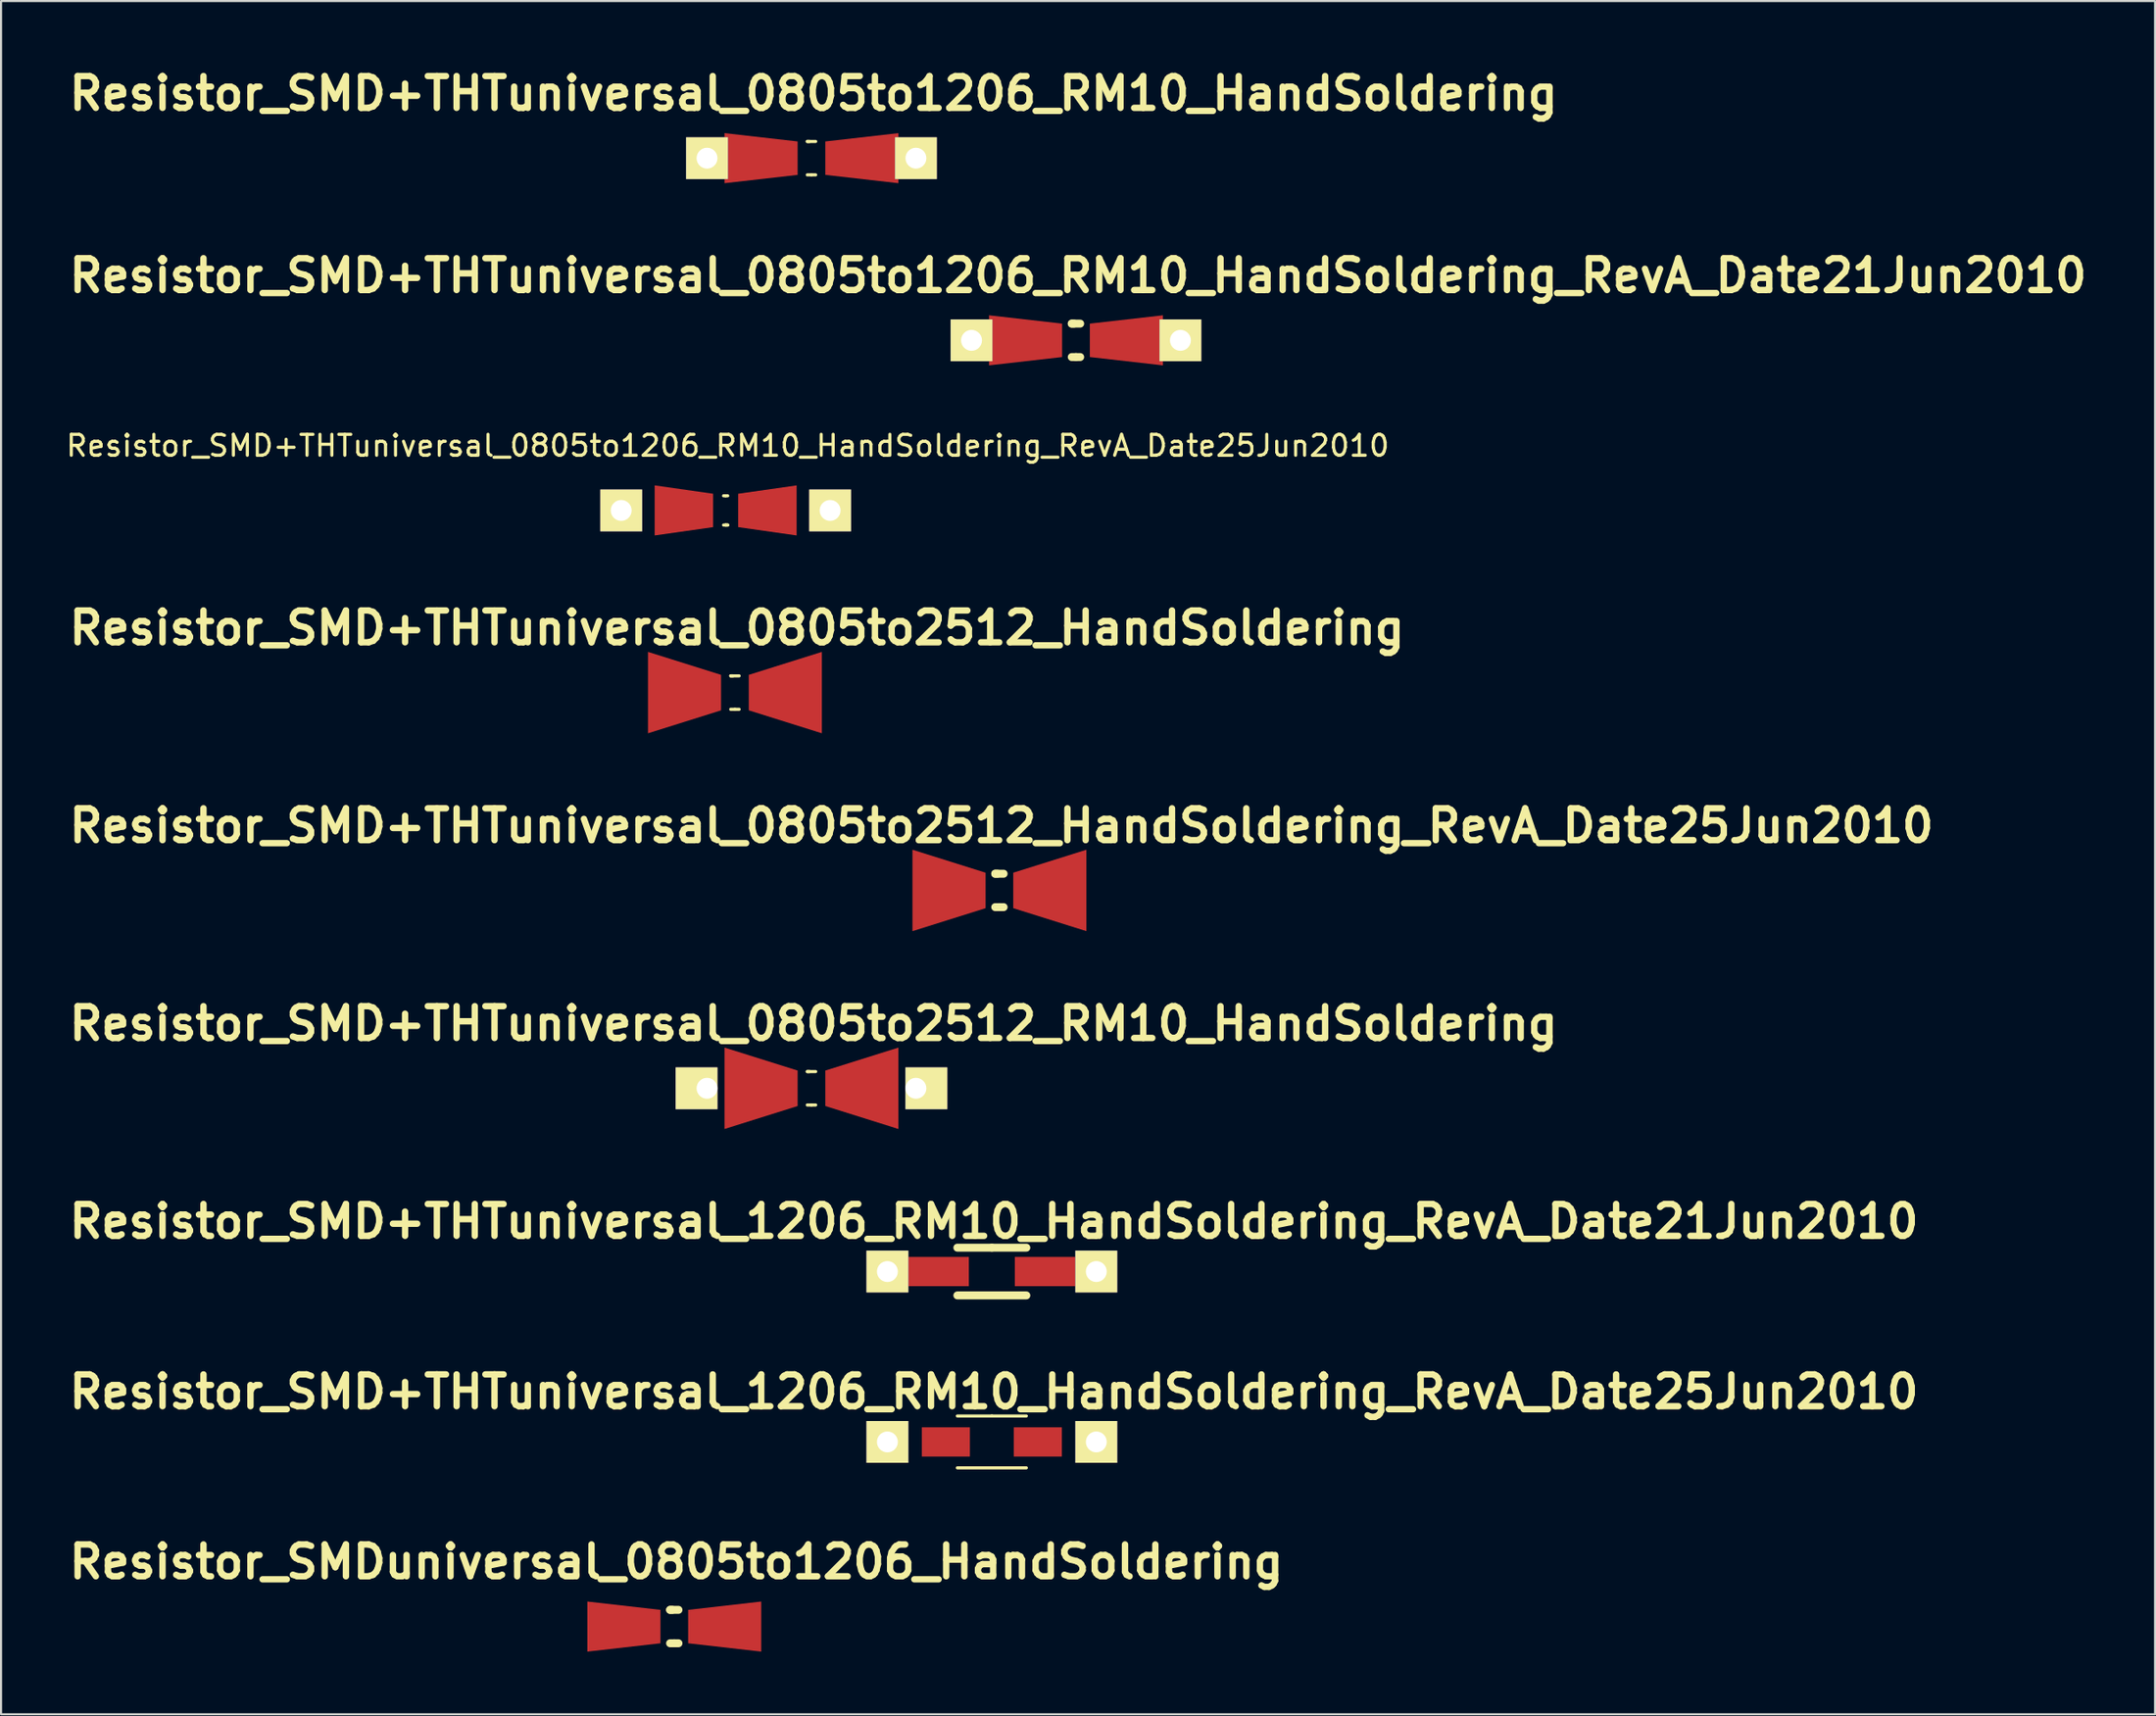
<source format=kicad_pcb>
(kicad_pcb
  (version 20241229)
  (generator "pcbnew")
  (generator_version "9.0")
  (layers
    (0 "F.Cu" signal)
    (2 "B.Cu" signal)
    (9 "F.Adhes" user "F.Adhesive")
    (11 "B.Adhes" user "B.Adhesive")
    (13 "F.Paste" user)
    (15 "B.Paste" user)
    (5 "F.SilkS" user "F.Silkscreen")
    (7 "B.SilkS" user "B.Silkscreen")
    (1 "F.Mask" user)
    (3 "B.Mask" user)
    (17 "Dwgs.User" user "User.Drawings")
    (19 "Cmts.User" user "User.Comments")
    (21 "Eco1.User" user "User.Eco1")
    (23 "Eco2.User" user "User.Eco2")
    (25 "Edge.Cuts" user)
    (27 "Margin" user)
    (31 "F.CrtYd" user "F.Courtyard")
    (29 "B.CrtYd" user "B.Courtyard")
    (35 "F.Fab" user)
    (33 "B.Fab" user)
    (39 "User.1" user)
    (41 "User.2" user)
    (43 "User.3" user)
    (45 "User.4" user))
  (footprint "Resistor_SMD+THTuniversal_0805to2512_RM10_HandSoldering"
    (layer "F.Cu")
    (at 35.802 49.069)
    (property "Reference" "Resistor_SMD+THTuniversal_0805to2512_RM10_HandSoldering" (at 0.099 -3.099 0) (layer "F.SilkS") (effects (font (size 1.524 1.524) (thickness 0.305))))
    (attr through_hole)
    (fp_line (start -0.201 -0.8) (end 0.201 -0.8) (stroke (width 0.15) (type solid)) (layer "F.SilkS"))
    (fp_line (start -0.099 -0.8) (end -0.201 -0.8) (stroke (width 0.15) (type solid)) (layer "F.SilkS"))
    (fp_line (start 0 0.8) (end -0.201 0.8) (stroke (width 0.15) (type solid)) (layer "F.SilkS"))
    (fp_line (start 0 0.8) (end 0.201 0.8) (stroke (width 0.15) (type solid)) (layer "F.SilkS"))
    (pad "1" thru_hole rect (at -5.001 0 180) (size 1.999 1.999) (drill 1.001 (offset 0.5 0)) (layers "*.Cu" "*.Mask" "F.SilkS"))
    (pad "1" smd trapezoid (at -2.413 0) (size 3.5 2.799) (rect_delta 1.1 0) (layers "F.Cu" "F.Mask" "F.Paste"))
    (pad "2" smd trapezoid (at 2.413 0 180) (size 3.5 2.799) (rect_delta 1.1 0) (layers "F.Cu" "F.Mask" "F.Paste"))
    (pad "2" thru_hole rect (at 5.001 0 180) (size 1.999 1.999) (drill 1.001 (offset -0.5 0)) (layers "*.Cu" "*.Mask" "F.SilkS")))
  (footprint "Resistor_SMD+THTuniversal_0805to1206_RM10_HandSoldering_RevA_Date25Jun2010"
    (layer "F.Cu")
    (at 31.693 21.395)
    (property "Reference" "Resistor_SMD+THTuniversal_0805to1206_RM10_HandSoldering_RevA_Date25Jun2010" (at 0.099 -3.099 0) (layer "F.SilkS") (effects (font (size 1 1) (thickness 0.15))))
    (attr through_hole)
    (fp_line (start 0 -0.701) (end -0.099 -0.701) (stroke (width 0.15) (type solid)) (layer "F.SilkS"))
    (fp_line (start 0 -0.701) (end 0.099 -0.701) (stroke (width 0.15) (type solid)) (layer "F.SilkS"))
    (fp_line (start 0 0.701) (end -0.099 0.701) (stroke (width 0.15) (type solid)) (layer "F.SilkS"))
    (fp_line (start 0 0.701) (end 0.099 0.701) (stroke (width 0.15) (type solid)) (layer "F.SilkS"))
    (fp_line (start 0.099 0.701) (end 0 0.701) (stroke (width 0.15) (type solid)) (layer "F.SilkS"))
    (pad "1" thru_hole rect (at -5.001 0 180) (size 1.999 1.999) (drill 1.001) (layers "*.Cu" "*.Mask" "F.SilkS"))
    (pad "1" smd trapezoid (at -1.999 0) (size 2.799 1.999) (rect_delta 0.399 0) (layers "F.Cu" "F.Mask" "F.Paste"))
    (pad "2" smd trapezoid (at 1.999 0 180) (size 2.799 1.999) (rect_delta 0.399 0) (layers "F.Cu" "F.Mask" "F.Paste"))
    (pad "2" thru_hole rect (at 5.001 0 180) (size 1.999 1.999) (drill 1.001) (layers "*.Cu" "*.Mask" "F.SilkS")))
  (footprint "Resistor_SMD+THTuniversal_0805to2512_HandSoldering"
    (layer "F.Cu")
    (at 32.137 30.119)
    (property "Reference" "Resistor_SMD+THTuniversal_0805to2512_HandSoldering" (at 0.099 -3.099 0) (layer "F.SilkS") (effects (font (size 1.524 1.524) (thickness 0.305))))
    (attr through_hole)
    (fp_line (start -0.201 -0.8) (end 0.201 -0.8) (stroke (width 0.15) (type solid)) (layer "F.SilkS"))
    (fp_line (start -0.099 -0.8) (end -0.201 -0.8) (stroke (width 0.15) (type solid)) (layer "F.SilkS"))
    (fp_line (start 0 0.8) (end -0.201 0.8) (stroke (width 0.15) (type solid)) (layer "F.SilkS"))
    (fp_line (start 0 0.8) (end 0.201 0.8) (stroke (width 0.15) (type solid)) (layer "F.SilkS"))
    (pad "1" smd trapezoid (at -2.413 0) (size 3.5 2.799) (rect_delta 1.1 0) (layers "F.Cu" "F.Mask" "F.Paste"))
    (pad "2" smd trapezoid (at 2.413 0 180) (size 3.5 2.799) (rect_delta 1.1 0) (layers "F.Cu" "F.Mask" "F.Paste")))
  (footprint "Resistor_SMD+THTuniversal_0805to1206_RM10_HandSoldering"
    (layer "F.Cu")
    (at 35.802 4.525)
    (property "Reference" "Resistor_SMD+THTuniversal_0805to1206_RM10_HandSoldering" (at 0.099 -3.099 0) (layer "F.SilkS") (effects (font (size 1.524 1.524) (thickness 0.305))))
    (attr through_hole)
    (fp_line (start -0.201 -0.8) (end 0.201 -0.8) (stroke (width 0.15) (type solid)) (layer "F.SilkS"))
    (fp_line (start -0.099 -0.8) (end -0.201 -0.8) (stroke (width 0.15) (type solid)) (layer "F.SilkS"))
    (fp_line (start 0 0.8) (end -0.201 0.8) (stroke (width 0.15) (type solid)) (layer "F.SilkS"))
    (fp_line (start 0 0.8) (end 0.201 0.8) (stroke (width 0.15) (type solid)) (layer "F.SilkS"))
    (pad "1" thru_hole rect (at -5.001 0 180) (size 1.999 1.999) (drill 1.001) (layers "*.Cu" "*.Mask" "F.SilkS"))
    (pad "1" smd trapezoid (at -2.413 0) (size 3.5 1.999) (rect_delta 0.399 0) (layers "F.Cu" "F.Mask" "F.Paste"))
    (pad "2" smd trapezoid (at 2.413 0 180) (size 3.5 1.999) (rect_delta 0.399 0) (layers "F.Cu" "F.Mask" "F.Paste"))
    (pad "2" thru_hole rect (at 5.001 0 180) (size 1.999 1.999) (drill 1.001) (layers "*.Cu" "*.Mask" "F.SilkS")))
  (footprint "Resistor_SMDuniversal_0805to1206_HandSoldering"
    (layer "F.Cu")
    (at 29.234 74.848)
    (property "Reference" "Resistor_SMDuniversal_0805to1206_HandSoldering" (at 0.099 -3.099 0) (layer "F.SilkS") (effects (font (size 1.524 1.524) (thickness 0.305))))
    (attr through_hole)
    (fp_line (start -0.201 -0.8) (end 0.201 -0.8) (stroke (width 0.381) (type solid)) (layer "F.SilkS"))
    (fp_line (start -0.099 -0.8) (end -0.201 -0.8) (stroke (width 0.381) (type solid)) (layer "F.SilkS"))
    (fp_line (start 0 0.8) (end -0.201 0.8) (stroke (width 0.381) (type solid)) (layer "F.SilkS"))
    (fp_line (start 0 0.8) (end 0.201 0.8) (stroke (width 0.381) (type solid)) (layer "F.SilkS"))
    (pad "1" smd trapezoid (at -2.413 0) (size 3.5 1.999) (rect_delta 0.399 0) (layers "F.Cu" "F.Mask" "F.Paste"))
    (pad "2" smd trapezoid (at 2.413 0 180) (size 3.5 1.999) (rect_delta 0.399 0) (layers "F.Cu" "F.Mask" "F.Paste")))
  (footprint "Resistor_SMD+THTuniversal_0805to2512_HandSoldering_RevA_Date25Jun2010"
    (layer "F.Cu")
    (at 44.801 39.594)
    (property "Reference" "Resistor_SMD+THTuniversal_0805to2512_HandSoldering_RevA_Date25Jun2010" (at 0.099 -3.099 0) (layer "F.SilkS") (effects (font (size 1.524 1.524) (thickness 0.305))))
    (attr through_hole)
    (fp_line (start -0.201 -0.8) (end 0.201 -0.8) (stroke (width 0.381) (type solid)) (layer "F.SilkS"))
    (fp_line (start -0.099 -0.8) (end -0.201 -0.8) (stroke (width 0.381) (type solid)) (layer "F.SilkS"))
    (fp_line (start 0 0.8) (end -0.201 0.8) (stroke (width 0.381) (type solid)) (layer "F.SilkS"))
    (fp_line (start 0 0.8) (end 0.201 0.8) (stroke (width 0.381) (type solid)) (layer "F.SilkS"))
    (pad "1" smd trapezoid (at -2.413 0) (size 3.5 2.799) (rect_delta 1.1 0) (layers "F.Cu" "F.Mask" "F.Paste"))
    (pad "2" smd trapezoid (at 2.413 0 180) (size 3.5 2.799) (rect_delta 1.1 0) (layers "F.Cu" "F.Mask" "F.Paste")))
  (footprint "Resistor_SMD+THTuniversal_1206_RM10_HandSoldering_RevA_Date21Jun2010"
    (layer "F.Cu")
    (at 44.438 57.845)
    (property "Reference" "Resistor_SMD+THTuniversal_1206_RM10_HandSoldering_RevA_Date21Jun2010" (at 0.099 -2.4 0) (layer "F.SilkS") (effects (font (size 1.524 1.524) (thickness 0.305))))
    (attr through_hole)
    (fp_line (start 0 -1.143) (end -1.651 -1.143) (stroke (width 0.381) (type solid)) (layer "F.SilkS"))
    (fp_line (start 0 -1.143) (end 1.651 -1.143) (stroke (width 0.381) (type solid)) (layer "F.SilkS"))
    (fp_line (start 1.651 1.143) (end -1.651 1.143) (stroke (width 0.381) (type solid)) (layer "F.SilkS"))
    (pad "1" thru_hole rect (at -5.001 0) (size 1.999 1.999) (drill 1.001) (layers "*.Cu" "*.Mask" "F.SilkS"))
    (pad "1" smd rect (at -2.601 0) (size 3 1.4) (layers "F.Cu" "F.Mask" "F.Paste"))
    (pad "2" smd rect (at 2.601 0) (size 3 1.4) (layers "F.Cu" "F.Mask" "F.Paste"))
    (pad "2" thru_hole rect (at 5.001 0) (size 1.999 1.999) (drill 1.001) (layers "*.Cu" "*.Mask" "F.SilkS")))
  (footprint "Resistor_SMD+THTuniversal_0805to1206_RM10_HandSoldering_RevA_Date21Jun2010"
    (layer "F.Cu")
    (at 48.466 13.249)
    (property "Reference" "Resistor_SMD+THTuniversal_0805to1206_RM10_HandSoldering_RevA_Date21Jun2010" (at 0.099 -3.099 0) (layer "F.SilkS") (effects (font (size 1.524 1.524) (thickness 0.305))))
    (attr through_hole)
    (fp_line (start -0.201 -0.8) (end 0.201 -0.8) (stroke (width 0.381) (type solid)) (layer "F.SilkS"))
    (fp_line (start -0.099 -0.8) (end -0.201 -0.8) (stroke (width 0.381) (type solid)) (layer "F.SilkS"))
    (fp_line (start 0 0.8) (end -0.201 0.8) (stroke (width 0.381) (type solid)) (layer "F.SilkS"))
    (fp_line (start 0 0.8) (end 0.201 0.8) (stroke (width 0.381) (type solid)) (layer "F.SilkS"))
    (pad "1" thru_hole rect (at -5.001 0 180) (size 1.999 1.999) (drill 1.001) (layers "*.Cu" "*.Mask" "F.SilkS"))
    (pad "1" smd trapezoid (at -2.413 0) (size 3.5 1.999) (rect_delta 0.399 0) (layers "F.Cu" "F.Mask" "F.Paste"))
    (pad "2" smd trapezoid (at 2.413 0 180) (size 3.5 1.999) (rect_delta 0.399 0) (layers "F.Cu" "F.Mask" "F.Paste"))
    (pad "2" thru_hole rect (at 5.001 0 180) (size 1.999 1.999) (drill 1.001) (layers "*.Cu" "*.Mask" "F.SilkS")))
  (footprint "Resistor_SMD+THTuniversal_1206_RM10_HandSoldering_RevA_Date25Jun2010"
    (layer "F.Cu")
    (at 44.438 66.005)
    (property "Reference" "Resistor_SMD+THTuniversal_1206_RM10_HandSoldering_RevA_Date25Jun2010" (at 0.099 -2.4 0) (layer "F.SilkS") (effects (font (size 1.524 1.524) (thickness 0.305))))
    (attr through_hole)
    (fp_line (start 0 -1.242) (end -1.651 -1.242) (stroke (width 0.15) (type solid)) (layer "F.SilkS"))
    (fp_line (start 0 -1.242) (end 1.651 -1.242) (stroke (width 0.15) (type solid)) (layer "F.SilkS"))
    (fp_line (start 1.651 1.242) (end -1.651 1.242) (stroke (width 0.15) (type solid)) (layer "F.SilkS"))
    (pad "1" thru_hole rect (at -5.001 0) (size 1.999 1.999) (drill 1.001) (layers "*.Cu" "*.Mask" "F.SilkS"))
    (pad "1" smd rect (at -2.2 0) (size 2.301 1.4) (layers "F.Cu" "F.Mask" "F.Paste"))
    (pad "2" smd rect (at 2.2 0) (size 2.301 1.4) (layers "F.Cu" "F.Mask" "F.Paste"))
    (pad "2" thru_hole rect (at 5.001 0) (size 1.999 1.999) (drill 1.001) (layers "*.Cu" "*.Mask" "F.SilkS")))
  (gr_rect
    (start -3 -3)
    (end 100.13 79.047)
    (stroke (width 0.1) (type default))
    (fill no)
    (layer "Edge.Cuts")))
</source>
